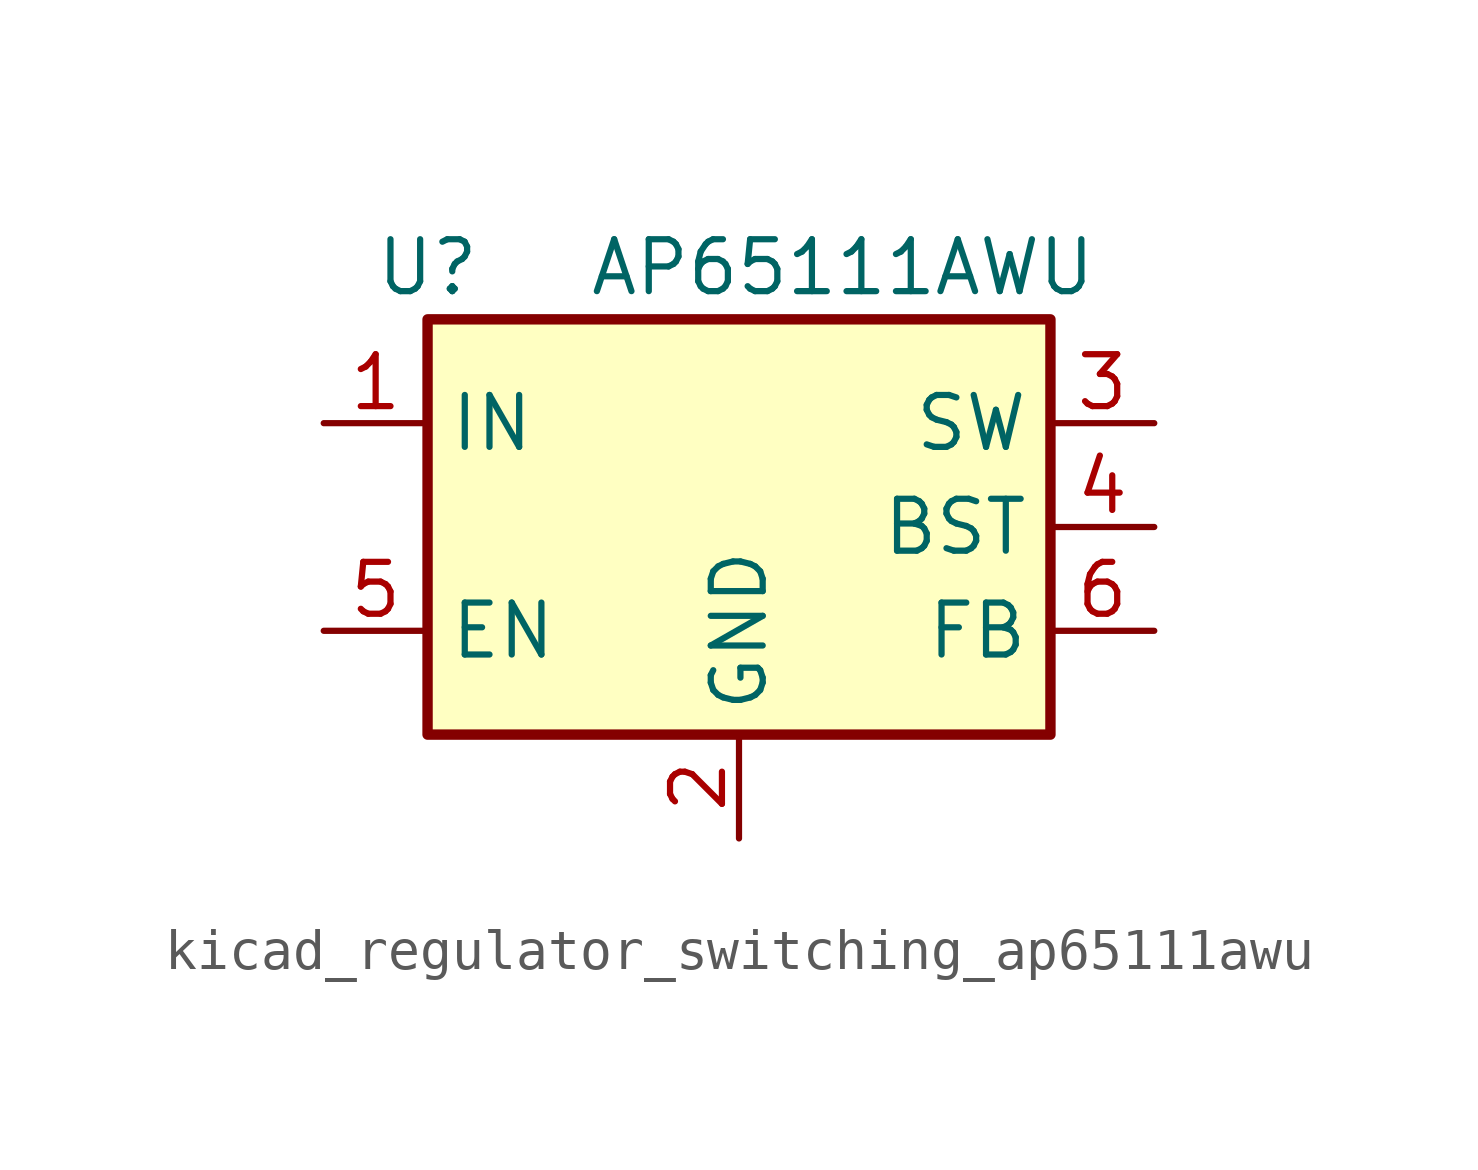
<source format=kicad_sym>
(kicad_symbol_lib
  (version 20220914)
  (generator kicad_symbol_editor)
  (symbol "kicad_regulator_switching_ap65111awu"
    (property "Reference" "U"
      (at -7.62 6.35 0)
      (effects (font (size 1.27 1.27))))
    (property "Value" "AP65111AWU"
      (at 2.54 6.35 0)
      (effects (font (size 1.27 1.27))))
    (symbol "kicad_regulator_switching_ap65111awu_0_1"
      (rectangle (start -7.62 5.08) (end 7.62 -5.08) (stroke (width 0.254) (type default)) (fill (type background))))
    (symbol "kicad_regulator_switching_ap65111awu_1_1"
      (pin power_in line (at -10.16 2.54 0) (length 2.54) (name "IN" (effects (font (size 1.27 1.27)))) (number "1" (effects (font (size 1.27 1.27)))))
      (pin power_in line (at 0 -7.62 90) (length 2.54) (name "GND" (effects (font (size 1.27 1.27)))) (number "2" (effects (font (size 1.27 1.27)))))
      (pin output line (at 10.16 2.54 180) (length 2.54) (name "SW" (effects (font (size 1.27 1.27)))) (number "3" (effects (font (size 1.27 1.27)))))
      (pin passive line (at 10.16 0 180) (length 2.54) (name "BST" (effects (font (size 1.27 1.27)))) (number "4" (effects (font (size 1.27 1.27)))))
      (pin input line (at -10.16 -2.54 0) (length 2.54) (name "EN" (effects (font (size 1.27 1.27)))) (number "5" (effects (font (size 1.27 1.27)))))
      (pin input line (at 10.16 -2.54 180) (length 2.54) (name "FB" (effects (font (size 1.27 1.27)))) (number "6" (effects (font (size 1.27 1.27))))))))
</source>
